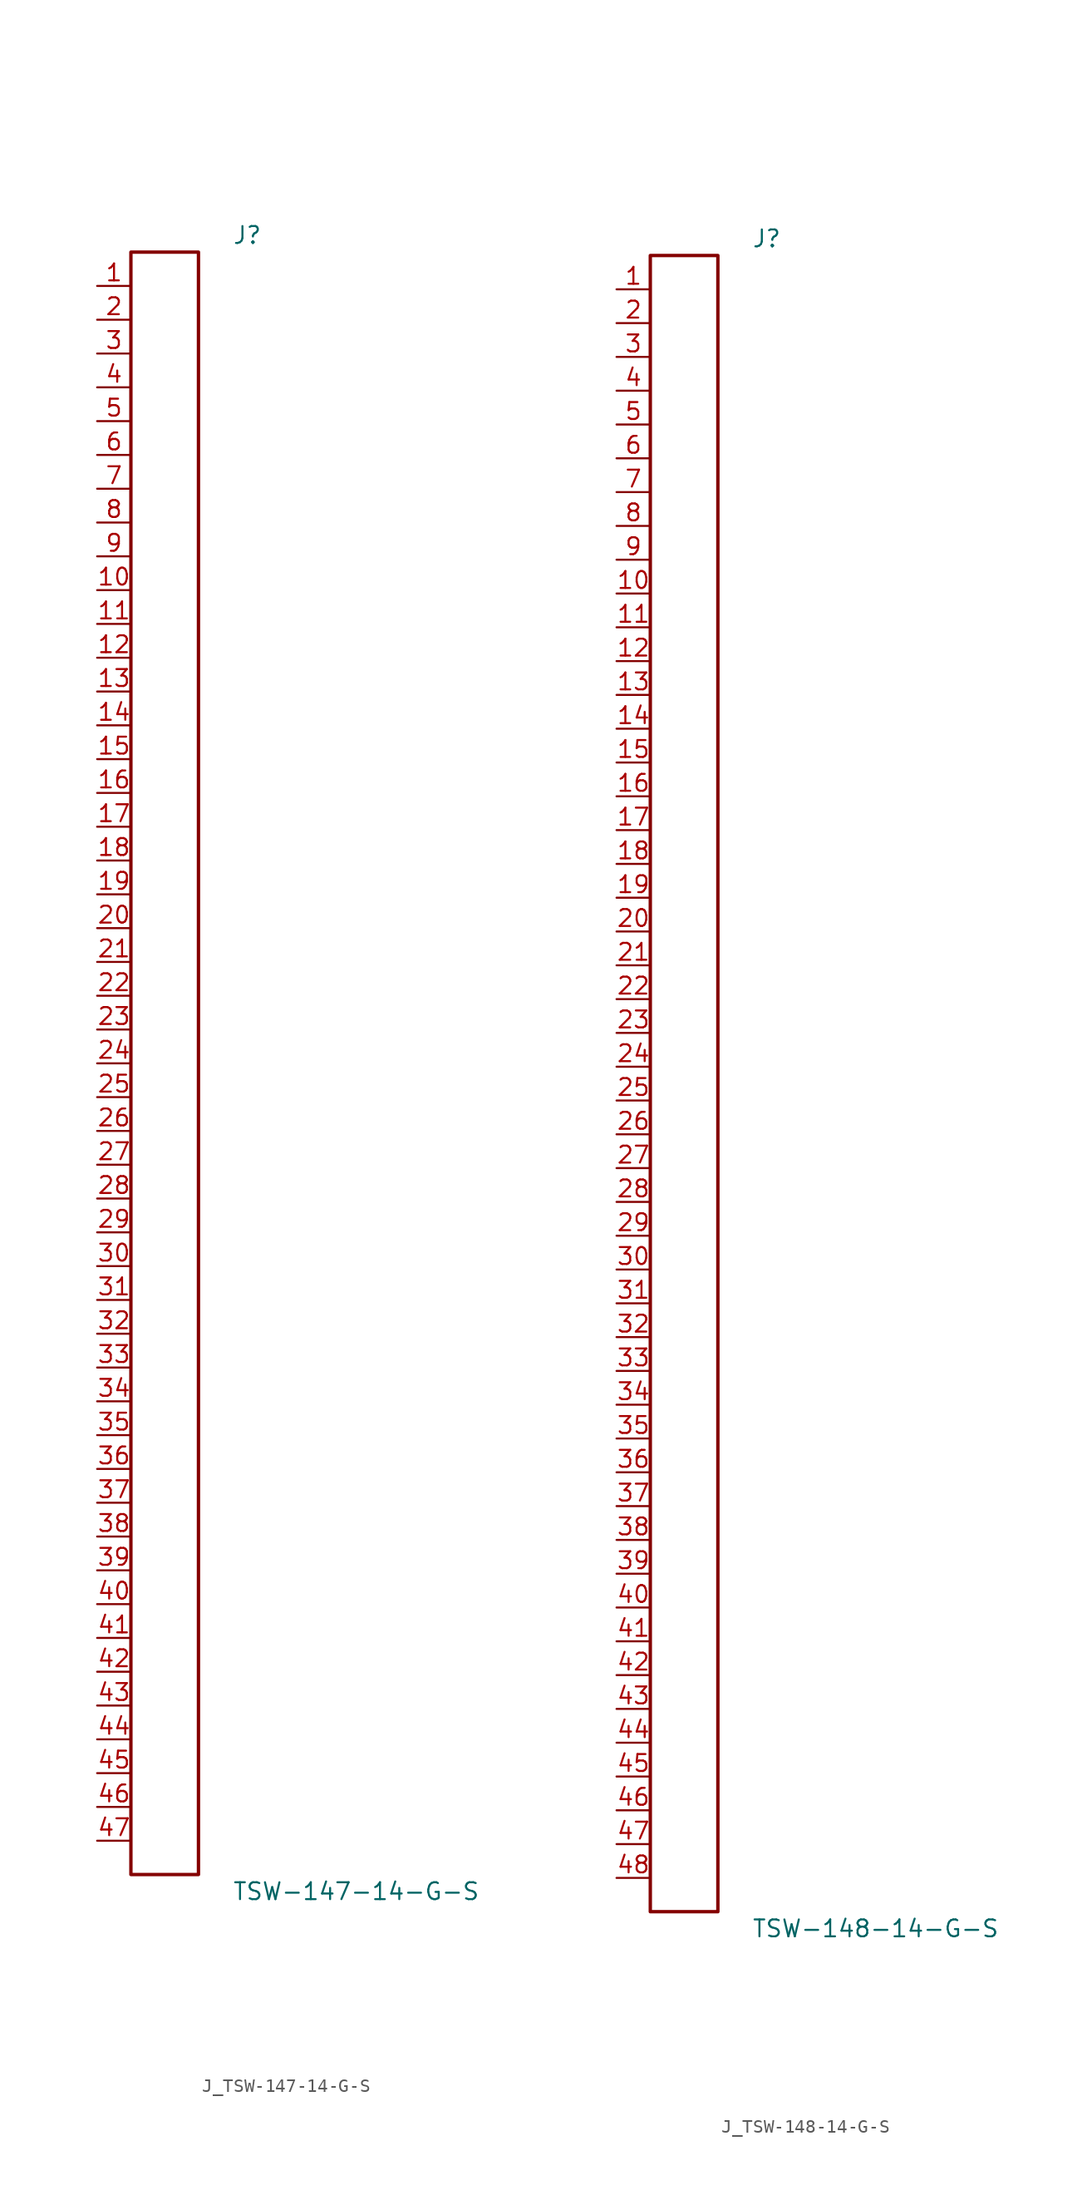
<source format=kicad_sym>
(kicad_symbol_lib
  (version 20231120)
  (generator kicad_symbol_editor)
  (generator_version 8.0)
  (symbol "J_TSW-147-14-G-S"
    (pin_names
      (offset 0.254))
    (property "Reference" "J"
      (at 5.08 62.23 0)
      (effects (font (size 1.27 1.27)) (justify left)))
    (property "Value" "TSW-147-14-G-S"
      (at 5.08 -62.23 0)
      (effects (font (size 1.27 1.27)) (justify left)))
    (symbol "J_TSW-147-14-G-S_0_0"
      (pin passive line (at -5.08 58.42 0) (length 2.54) (name "" (effects (font (size 1.27 1.27)))) (number "1" (effects (font (size 1.27 1.27)))))
      (pin passive line (at -5.08 55.88 0) (length 2.54) (name "" (effects (font (size 1.27 1.27)))) (number "2" (effects (font (size 1.27 1.27)))))
      (pin passive line (at -5.08 53.34 0) (length 2.54) (name "" (effects (font (size 1.27 1.27)))) (number "3" (effects (font (size 1.27 1.27)))))
      (pin passive line (at -5.08 50.8 0) (length 2.54) (name "" (effects (font (size 1.27 1.27)))) (number "4" (effects (font (size 1.27 1.27)))))
      (pin passive line (at -5.08 48.26 0) (length 2.54) (name "" (effects (font (size 1.27 1.27)))) (number "5" (effects (font (size 1.27 1.27)))))
      (pin passive line (at -5.08 45.72 0) (length 2.54) (name "" (effects (font (size 1.27 1.27)))) (number "6" (effects (font (size 1.27 1.27)))))
      (pin passive line (at -5.08 43.18 0) (length 2.54) (name "" (effects (font (size 1.27 1.27)))) (number "7" (effects (font (size 1.27 1.27)))))
      (pin passive line (at -5.08 40.64 0) (length 2.54) (name "" (effects (font (size 1.27 1.27)))) (number "8" (effects (font (size 1.27 1.27)))))
      (pin passive line (at -5.08 38.1 0) (length 2.54) (name "" (effects (font (size 1.27 1.27)))) (number "9" (effects (font (size 1.27 1.27)))))
      (pin passive line (at -5.08 35.56 0) (length 2.54) (name "" (effects (font (size 1.27 1.27)))) (number "10" (effects (font (size 1.27 1.27)))))
      (pin passive line (at -5.08 33.02 0) (length 2.54) (name "" (effects (font (size 1.27 1.27)))) (number "11" (effects (font (size 1.27 1.27)))))
      (pin passive line (at -5.08 30.48 0) (length 2.54) (name "" (effects (font (size 1.27 1.27)))) (number "12" (effects (font (size 1.27 1.27)))))
      (pin passive line (at -5.08 27.94 0) (length 2.54) (name "" (effects (font (size 1.27 1.27)))) (number "13" (effects (font (size 1.27 1.27)))))
      (pin passive line (at -5.08 25.4 0) (length 2.54) (name "" (effects (font (size 1.27 1.27)))) (number "14" (effects (font (size 1.27 1.27)))))
      (pin passive line (at -5.08 22.86 0) (length 2.54) (name "" (effects (font (size 1.27 1.27)))) (number "15" (effects (font (size 1.27 1.27)))))
      (pin passive line (at -5.08 20.32 0) (length 2.54) (name "" (effects (font (size 1.27 1.27)))) (number "16" (effects (font (size 1.27 1.27)))))
      (pin passive line (at -5.08 17.78 0) (length 2.54) (name "" (effects (font (size 1.27 1.27)))) (number "17" (effects (font (size 1.27 1.27)))))
      (pin passive line (at -5.08 15.24 0) (length 2.54) (name "" (effects (font (size 1.27 1.27)))) (number "18" (effects (font (size 1.27 1.27)))))
      (pin passive line (at -5.08 12.7 0) (length 2.54) (name "" (effects (font (size 1.27 1.27)))) (number "19" (effects (font (size 1.27 1.27)))))
      (pin passive line (at -5.08 10.16 0) (length 2.54) (name "" (effects (font (size 1.27 1.27)))) (number "20" (effects (font (size 1.27 1.27)))))
      (pin passive line (at -5.08 7.62 0) (length 2.54) (name "" (effects (font (size 1.27 1.27)))) (number "21" (effects (font (size 1.27 1.27)))))
      (pin passive line (at -5.08 5.08 0) (length 2.54) (name "" (effects (font (size 1.27 1.27)))) (number "22" (effects (font (size 1.27 1.27)))))
      (pin passive line (at -5.08 2.54 0) (length 2.54) (name "" (effects (font (size 1.27 1.27)))) (number "23" (effects (font (size 1.27 1.27)))))
      (pin passive line (at -5.08 0.0 0) (length 2.54) (name "" (effects (font (size 1.27 1.27)))) (number "24" (effects (font (size 1.27 1.27)))))
      (pin passive line (at -5.08 -2.54 0) (length 2.54) (name "" (effects (font (size 1.27 1.27)))) (number "25" (effects (font (size 1.27 1.27)))))
      (pin passive line (at -5.08 -5.08 0) (length 2.54) (name "" (effects (font (size 1.27 1.27)))) (number "26" (effects (font (size 1.27 1.27)))))
      (pin passive line (at -5.08 -7.62 0) (length 2.54) (name "" (effects (font (size 1.27 1.27)))) (number "27" (effects (font (size 1.27 1.27)))))
      (pin passive line (at -5.08 -10.16 0) (length 2.54) (name "" (effects (font (size 1.27 1.27)))) (number "28" (effects (font (size 1.27 1.27)))))
      (pin passive line (at -5.08 -12.7 0) (length 2.54) (name "" (effects (font (size 1.27 1.27)))) (number "29" (effects (font (size 1.27 1.27)))))
      (pin passive line (at -5.08 -15.24 0) (length 2.54) (name "" (effects (font (size 1.27 1.27)))) (number "30" (effects (font (size 1.27 1.27)))))
      (pin passive line (at -5.08 -17.78 0) (length 2.54) (name "" (effects (font (size 1.27 1.27)))) (number "31" (effects (font (size 1.27 1.27)))))
      (pin passive line (at -5.08 -20.32 0) (length 2.54) (name "" (effects (font (size 1.27 1.27)))) (number "32" (effects (font (size 1.27 1.27)))))
      (pin passive line (at -5.08 -22.86 0) (length 2.54) (name "" (effects (font (size 1.27 1.27)))) (number "33" (effects (font (size 1.27 1.27)))))
      (pin passive line (at -5.08 -25.4 0) (length 2.54) (name "" (effects (font (size 1.27 1.27)))) (number "34" (effects (font (size 1.27 1.27)))))
      (pin passive line (at -5.08 -27.94 0) (length 2.54) (name "" (effects (font (size 1.27 1.27)))) (number "35" (effects (font (size 1.27 1.27)))))
      (pin passive line (at -5.08 -30.48 0) (length 2.54) (name "" (effects (font (size 1.27 1.27)))) (number "36" (effects (font (size 1.27 1.27)))))
      (pin passive line (at -5.08 -33.02 0) (length 2.54) (name "" (effects (font (size 1.27 1.27)))) (number "37" (effects (font (size 1.27 1.27)))))
      (pin passive line (at -5.08 -35.56 0) (length 2.54) (name "" (effects (font (size 1.27 1.27)))) (number "38" (effects (font (size 1.27 1.27)))))
      (pin passive line (at -5.08 -38.1 0) (length 2.54) (name "" (effects (font (size 1.27 1.27)))) (number "39" (effects (font (size 1.27 1.27)))))
      (pin passive line (at -5.08 -40.64 0) (length 2.54) (name "" (effects (font (size 1.27 1.27)))) (number "40" (effects (font (size 1.27 1.27)))))
      (pin passive line (at -5.08 -43.18 0) (length 2.54) (name "" (effects (font (size 1.27 1.27)))) (number "41" (effects (font (size 1.27 1.27)))))
      (pin passive line (at -5.08 -45.72 0) (length 2.54) (name "" (effects (font (size 1.27 1.27)))) (number "42" (effects (font (size 1.27 1.27)))))
      (pin passive line (at -5.08 -48.26 0) (length 2.54) (name "" (effects (font (size 1.27 1.27)))) (number "43" (effects (font (size 1.27 1.27)))))
      (pin passive line (at -5.08 -50.8 0) (length 2.54) (name "" (effects (font (size 1.27 1.27)))) (number "44" (effects (font (size 1.27 1.27)))))
      (pin passive line (at -5.08 -53.34 0) (length 2.54) (name "" (effects (font (size 1.27 1.27)))) (number "45" (effects (font (size 1.27 1.27)))))
      (pin passive line (at -5.08 -55.88 0) (length 2.54) (name "" (effects (font (size 1.27 1.27)))) (number "46" (effects (font (size 1.27 1.27)))))
      (pin passive line (at -5.08 -58.42 0) (length 2.54) (name "" (effects (font (size 1.27 1.27)))) (number "47" (effects (font (size 1.27 1.27))))))
    (symbol "J_TSW-147-14-G-S_1_0"
      (rectangle (start -2.54 60.96) (end 2.54 -60.96) (stroke (width 0.254) (type solid)) (fill (type none)))))
  (symbol "J_TSW-148-14-G-S"
    (pin_names
      (offset 0.254))
    (property "Reference" "J"
      (at 5.08 63.5 0)
      (effects (font (size 1.27 1.27)) (justify left)))
    (property "Value" "TSW-148-14-G-S"
      (at 5.08 -63.5 0)
      (effects (font (size 1.27 1.27)) (justify left)))
    (symbol "J_TSW-148-14-G-S_0_0"
      (pin passive line (at -5.08 59.69 0) (length 2.54) (name "" (effects (font (size 1.27 1.27)))) (number "1" (effects (font (size 1.27 1.27)))))
      (pin passive line (at -5.08 57.15 0) (length 2.54) (name "" (effects (font (size 1.27 1.27)))) (number "2" (effects (font (size 1.27 1.27)))))
      (pin passive line (at -5.08 54.61 0) (length 2.54) (name "" (effects (font (size 1.27 1.27)))) (number "3" (effects (font (size 1.27 1.27)))))
      (pin passive line (at -5.08 52.07 0) (length 2.54) (name "" (effects (font (size 1.27 1.27)))) (number "4" (effects (font (size 1.27 1.27)))))
      (pin passive line (at -5.08 49.53 0) (length 2.54) (name "" (effects (font (size 1.27 1.27)))) (number "5" (effects (font (size 1.27 1.27)))))
      (pin passive line (at -5.08 46.99 0) (length 2.54) (name "" (effects (font (size 1.27 1.27)))) (number "6" (effects (font (size 1.27 1.27)))))
      (pin passive line (at -5.08 44.45 0) (length 2.54) (name "" (effects (font (size 1.27 1.27)))) (number "7" (effects (font (size 1.27 1.27)))))
      (pin passive line (at -5.08 41.91 0) (length 2.54) (name "" (effects (font (size 1.27 1.27)))) (number "8" (effects (font (size 1.27 1.27)))))
      (pin passive line (at -5.08 39.37 0) (length 2.54) (name "" (effects (font (size 1.27 1.27)))) (number "9" (effects (font (size 1.27 1.27)))))
      (pin passive line (at -5.08 36.83 0) (length 2.54) (name "" (effects (font (size 1.27 1.27)))) (number "10" (effects (font (size 1.27 1.27)))))
      (pin passive line (at -5.08 34.29 0) (length 2.54) (name "" (effects (font (size 1.27 1.27)))) (number "11" (effects (font (size 1.27 1.27)))))
      (pin passive line (at -5.08 31.75 0) (length 2.54) (name "" (effects (font (size 1.27 1.27)))) (number "12" (effects (font (size 1.27 1.27)))))
      (pin passive line (at -5.08 29.21 0) (length 2.54) (name "" (effects (font (size 1.27 1.27)))) (number "13" (effects (font (size 1.27 1.27)))))
      (pin passive line (at -5.08 26.67 0) (length 2.54) (name "" (effects (font (size 1.27 1.27)))) (number "14" (effects (font (size 1.27 1.27)))))
      (pin passive line (at -5.08 24.13 0) (length 2.54) (name "" (effects (font (size 1.27 1.27)))) (number "15" (effects (font (size 1.27 1.27)))))
      (pin passive line (at -5.08 21.59 0) (length 2.54) (name "" (effects (font (size 1.27 1.27)))) (number "16" (effects (font (size 1.27 1.27)))))
      (pin passive line (at -5.08 19.05 0) (length 2.54) (name "" (effects (font (size 1.27 1.27)))) (number "17" (effects (font (size 1.27 1.27)))))
      (pin passive line (at -5.08 16.51 0) (length 2.54) (name "" (effects (font (size 1.27 1.27)))) (number "18" (effects (font (size 1.27 1.27)))))
      (pin passive line (at -5.08 13.97 0) (length 2.54) (name "" (effects (font (size 1.27 1.27)))) (number "19" (effects (font (size 1.27 1.27)))))
      (pin passive line (at -5.08 11.43 0) (length 2.54) (name "" (effects (font (size 1.27 1.27)))) (number "20" (effects (font (size 1.27 1.27)))))
      (pin passive line (at -5.08 8.89 0) (length 2.54) (name "" (effects (font (size 1.27 1.27)))) (number "21" (effects (font (size 1.27 1.27)))))
      (pin passive line (at -5.08 6.35 0) (length 2.54) (name "" (effects (font (size 1.27 1.27)))) (number "22" (effects (font (size 1.27 1.27)))))
      (pin passive line (at -5.08 3.81 0) (length 2.54) (name "" (effects (font (size 1.27 1.27)))) (number "23" (effects (font (size 1.27 1.27)))))
      (pin passive line (at -5.08 1.27 0) (length 2.54) (name "" (effects (font (size 1.27 1.27)))) (number "24" (effects (font (size 1.27 1.27)))))
      (pin passive line (at -5.08 -1.27 0) (length 2.54) (name "" (effects (font (size 1.27 1.27)))) (number "25" (effects (font (size 1.27 1.27)))))
      (pin passive line (at -5.08 -3.81 0) (length 2.54) (name "" (effects (font (size 1.27 1.27)))) (number "26" (effects (font (size 1.27 1.27)))))
      (pin passive line (at -5.08 -6.35 0) (length 2.54) (name "" (effects (font (size 1.27 1.27)))) (number "27" (effects (font (size 1.27 1.27)))))
      (pin passive line (at -5.08 -8.89 0) (length 2.54) (name "" (effects (font (size 1.27 1.27)))) (number "28" (effects (font (size 1.27 1.27)))))
      (pin passive line (at -5.08 -11.43 0) (length 2.54) (name "" (effects (font (size 1.27 1.27)))) (number "29" (effects (font (size 1.27 1.27)))))
      (pin passive line (at -5.08 -13.97 0) (length 2.54) (name "" (effects (font (size 1.27 1.27)))) (number "30" (effects (font (size 1.27 1.27)))))
      (pin passive line (at -5.08 -16.51 0) (length 2.54) (name "" (effects (font (size 1.27 1.27)))) (number "31" (effects (font (size 1.27 1.27)))))
      (pin passive line (at -5.08 -19.05 0) (length 2.54) (name "" (effects (font (size 1.27 1.27)))) (number "32" (effects (font (size 1.27 1.27)))))
      (pin passive line (at -5.08 -21.59 0) (length 2.54) (name "" (effects (font (size 1.27 1.27)))) (number "33" (effects (font (size 1.27 1.27)))))
      (pin passive line (at -5.08 -24.13 0) (length 2.54) (name "" (effects (font (size 1.27 1.27)))) (number "34" (effects (font (size 1.27 1.27)))))
      (pin passive line (at -5.08 -26.67 0) (length 2.54) (name "" (effects (font (size 1.27 1.27)))) (number "35" (effects (font (size 1.27 1.27)))))
      (pin passive line (at -5.08 -29.21 0) (length 2.54) (name "" (effects (font (size 1.27 1.27)))) (number "36" (effects (font (size 1.27 1.27)))))
      (pin passive line (at -5.08 -31.75 0) (length 2.54) (name "" (effects (font (size 1.27 1.27)))) (number "37" (effects (font (size 1.27 1.27)))))
      (pin passive line (at -5.08 -34.29 0) (length 2.54) (name "" (effects (font (size 1.27 1.27)))) (number "38" (effects (font (size 1.27 1.27)))))
      (pin passive line (at -5.08 -36.83 0) (length 2.54) (name "" (effects (font (size 1.27 1.27)))) (number "39" (effects (font (size 1.27 1.27)))))
      (pin passive line (at -5.08 -39.37 0) (length 2.54) (name "" (effects (font (size 1.27 1.27)))) (number "40" (effects (font (size 1.27 1.27)))))
      (pin passive line (at -5.08 -41.91 0) (length 2.54) (name "" (effects (font (size 1.27 1.27)))) (number "41" (effects (font (size 1.27 1.27)))))
      (pin passive line (at -5.08 -44.45 0) (length 2.54) (name "" (effects (font (size 1.27 1.27)))) (number "42" (effects (font (size 1.27 1.27)))))
      (pin passive line (at -5.08 -46.99 0) (length 2.54) (name "" (effects (font (size 1.27 1.27)))) (number "43" (effects (font (size 1.27 1.27)))))
      (pin passive line (at -5.08 -49.53 0) (length 2.54) (name "" (effects (font (size 1.27 1.27)))) (number "44" (effects (font (size 1.27 1.27)))))
      (pin passive line (at -5.08 -52.07 0) (length 2.54) (name "" (effects (font (size 1.27 1.27)))) (number "45" (effects (font (size 1.27 1.27)))))
      (pin passive line (at -5.08 -54.61 0) (length 2.54) (name "" (effects (font (size 1.27 1.27)))) (number "46" (effects (font (size 1.27 1.27)))))
      (pin passive line (at -5.08 -57.15 0) (length 2.54) (name "" (effects (font (size 1.27 1.27)))) (number "47" (effects (font (size 1.27 1.27)))))
      (pin passive line (at -5.08 -59.69 0) (length 2.54) (name "" (effects (font (size 1.27 1.27)))) (number "48" (effects (font (size 1.27 1.27))))))
    (symbol "J_TSW-148-14-G-S_1_0"
      (rectangle (start -2.54 62.23) (end 2.54 -62.23) (stroke (width 0.254) (type solid)) (fill (type none))))))
</source>
